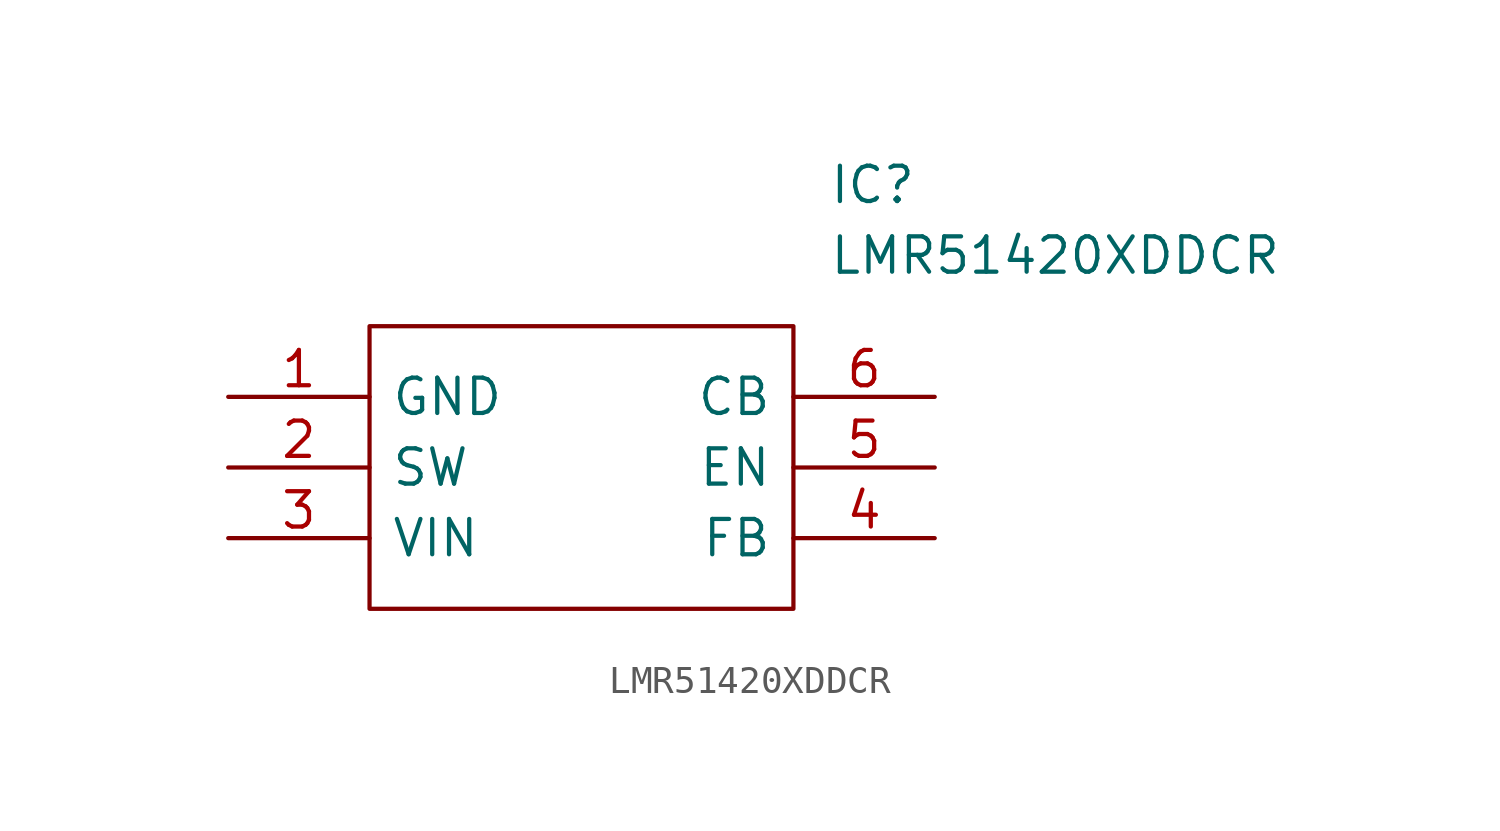
<source format=kicad_sym>
(kicad_symbol_lib
  (version 20211014)
  (generator kicad_symbol_editor)
  (symbol "LMR51420XDDCR"
    (pin_names
      (offset 0.762))
    (property "Reference" "IC"
      (at 21.59 7.62 0)
      (effects (font (size 1.27 1.27)) (justify left)))
    (property "Value" "LMR51420XDDCR"
      (at 21.59 5.08 0)
      (effects (font (size 1.27 1.27)) (justify left)))
    (symbol "LMR51420XDDCR_0_0"
      (pin passive line (at 0 0 0) (length 5.08) (name "GND" (effects (font (size 1.27 1.27)))) (number "1" (effects (font (size 1.27 1.27)))))
      (pin passive line (at 0 -2.54 0) (length 5.08) (name "SW" (effects (font (size 1.27 1.27)))) (number "2" (effects (font (size 1.27 1.27)))))
      (pin passive line (at 0 -5.08 0) (length 5.08) (name "VIN" (effects (font (size 1.27 1.27)))) (number "3" (effects (font (size 1.27 1.27)))))
      (pin passive line (at 25.4 -5.08 180) (length 5.08) (name "FB" (effects (font (size 1.27 1.27)))) (number "4" (effects (font (size 1.27 1.27)))))
      (pin passive line (at 25.4 -2.54 180) (length 5.08) (name "EN" (effects (font (size 1.27 1.27)))) (number "5" (effects (font (size 1.27 1.27)))))
      (pin passive line (at 25.4 0 180) (length 5.08) (name "CB" (effects (font (size 1.27 1.27)))) (number "6" (effects (font (size 1.27 1.27))))))
    (symbol "LMR51420XDDCR_0_1"
      (polyline (pts (xy 5.08 2.54) (xy 20.32 2.54) (xy 20.32 -7.62) (xy 5.08 -7.62) (xy 5.08 2.54)) (stroke (width 0.152) (type default) (color 0 0 0 0)) (fill (type none))))))
</source>
